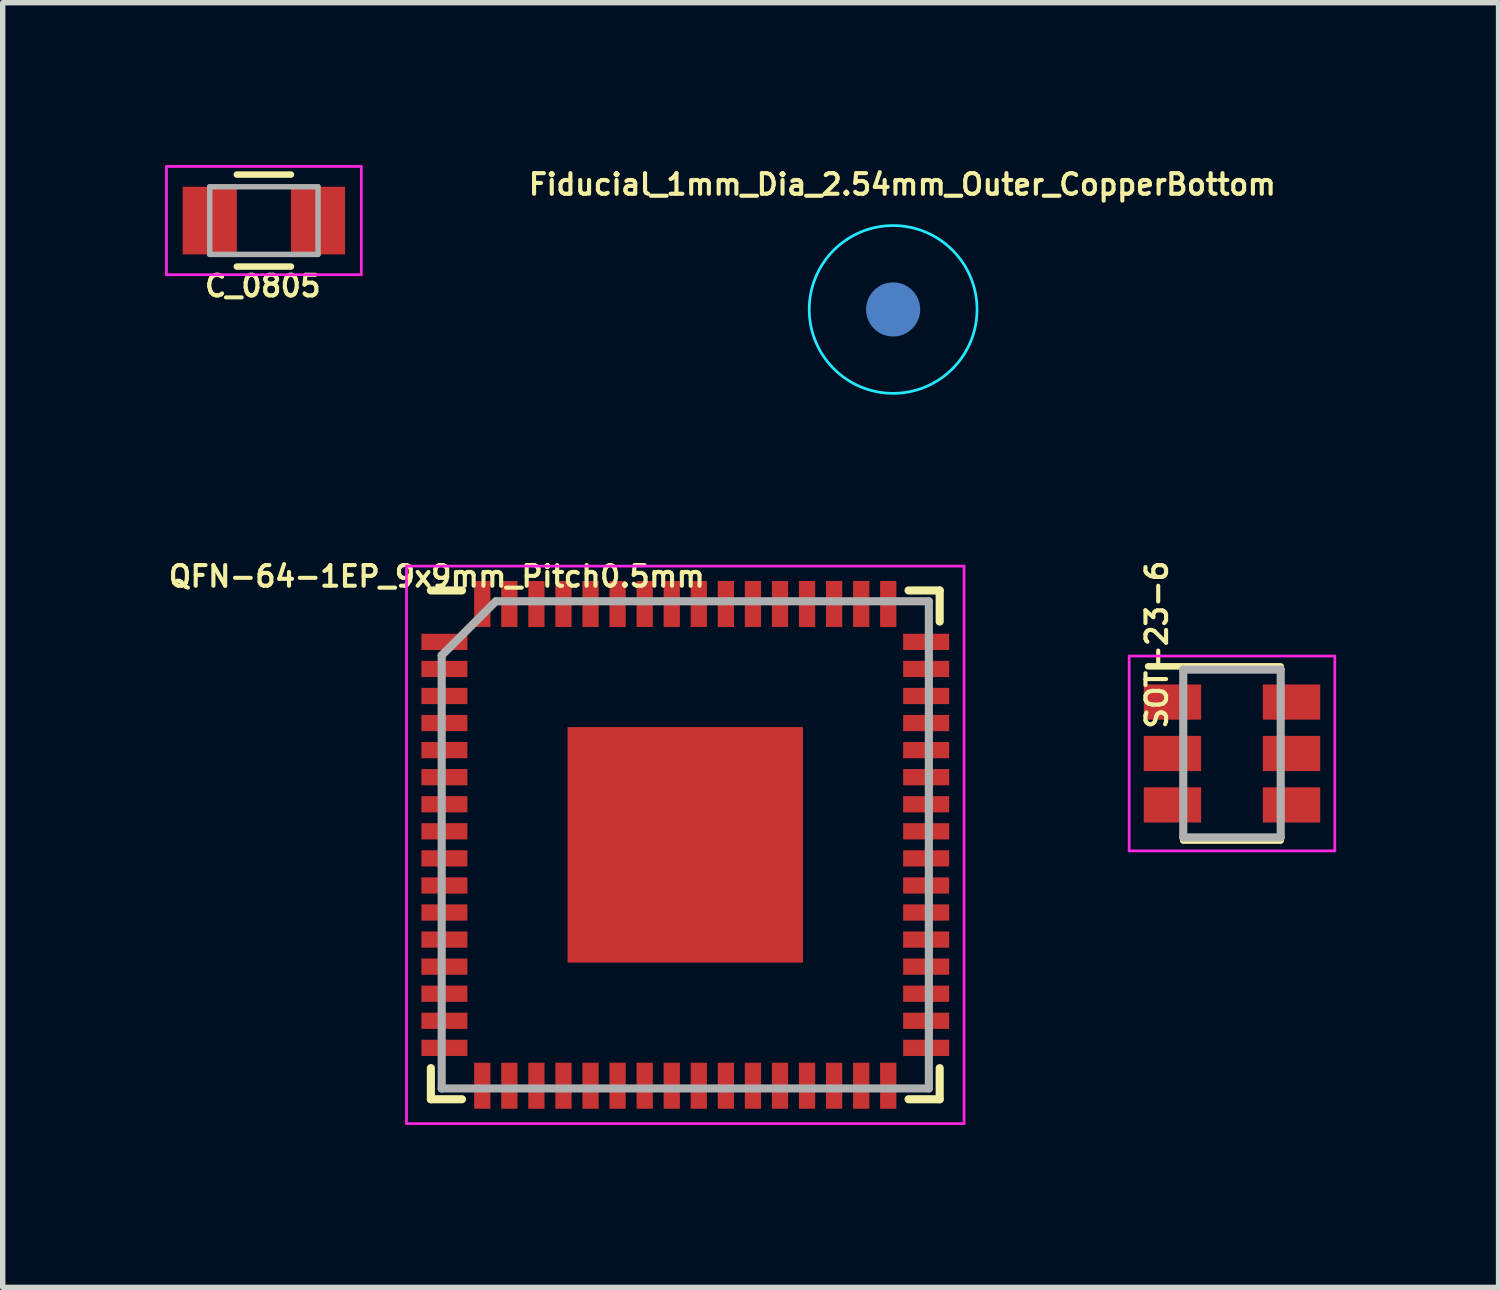
<source format=kicad_pcb>
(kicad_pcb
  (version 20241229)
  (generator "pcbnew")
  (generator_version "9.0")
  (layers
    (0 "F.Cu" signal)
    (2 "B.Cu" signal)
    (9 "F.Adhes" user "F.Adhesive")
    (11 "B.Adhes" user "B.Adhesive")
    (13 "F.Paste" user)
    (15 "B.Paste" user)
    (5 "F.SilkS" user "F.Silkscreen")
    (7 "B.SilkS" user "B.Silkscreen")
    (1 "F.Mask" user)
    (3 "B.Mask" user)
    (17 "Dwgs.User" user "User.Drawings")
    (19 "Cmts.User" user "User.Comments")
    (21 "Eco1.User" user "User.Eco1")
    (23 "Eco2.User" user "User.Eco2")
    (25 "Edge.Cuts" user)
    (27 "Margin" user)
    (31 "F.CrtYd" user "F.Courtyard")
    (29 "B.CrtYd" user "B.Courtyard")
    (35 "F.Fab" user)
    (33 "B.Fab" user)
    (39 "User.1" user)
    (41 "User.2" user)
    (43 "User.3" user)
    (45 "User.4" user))
  (footprint "C_0805"
    (layer "F.Cu")
    (at 1.825 1.025)
    (property "Reference" "C_0805" (at -0.02 1.21 0) (layer "F.SilkS") (effects (font (size 0.381 0.381) (thickness 0.076))))
    (attr smd)
    (fp_line (start -0.5 0.85) (end 0.5 0.85) (stroke (width 0.12) (type solid)) (layer "F.SilkS"))
    (fp_line (start 0.5 -0.85) (end -0.5 -0.85) (stroke (width 0.12) (type solid)) (layer "F.SilkS"))
    (fp_line (start -1.8 -1) (end -1.8 1) (stroke (width 0.05) (type solid)) (layer "F.CrtYd"))
    (fp_line (start -1.8 -1) (end 1.8 -1) (stroke (width 0.05) (type solid)) (layer "F.CrtYd"))
    (fp_line (start -1.8 1) (end 1.8 1) (stroke (width 0.05) (type solid)) (layer "F.CrtYd"))
    (fp_line (start 1.8 -1) (end 1.8 1) (stroke (width 0.05) (type solid)) (layer "F.CrtYd"))
    (fp_line (start -1 -0.625) (end 1 -0.625) (stroke (width 0.1) (type solid)) (layer "F.Fab"))
    (fp_line (start -1 0.625) (end -1 -0.625) (stroke (width 0.1) (type solid)) (layer "F.Fab"))
    (fp_line (start 1 -0.625) (end 1 0.625) (stroke (width 0.1) (type solid)) (layer "F.Fab"))
    (fp_line (start 1 0.625) (end -1 0.625) (stroke (width 0.1) (type solid)) (layer "F.Fab"))
    (pad "1" smd rect (at -1 0) (size 1 1.25) (layers "F.Cu" "F.Mask" "F.Paste"))
    (pad "2" smd rect (at 1 0) (size 1 1.25) (layers "F.Cu" "F.Mask" "F.Paste")))
  (footprint "SOT-23-6"
    (layer "F.Cu")
    (at 19.71 10.87)
    (property "Reference" "SOT-23-6" (at -1.39 -2.01 90) (layer "F.SilkS") (effects (font (size 0.381 0.381) (thickness 0.076))))
    (attr smd)
    (fp_line (start -0.9 1.61) (end 0.9 1.61) (stroke (width 0.12) (type solid)) (layer "F.SilkS"))
    (fp_line (start 0.9 -1.61) (end -1.55 -1.61) (stroke (width 0.12) (type solid)) (layer "F.SilkS"))
    (fp_line (start -1.9 -1.8) (end -1.9 1.8) (stroke (width 0.05) (type solid)) (layer "F.CrtYd"))
    (fp_line (start -1.9 1.8) (end 1.9 1.8) (stroke (width 0.05) (type solid)) (layer "F.CrtYd"))
    (fp_line (start 1.9 -1.8) (end -1.9 -1.8) (stroke (width 0.05) (type solid)) (layer "F.CrtYd"))
    (fp_line (start 1.9 1.8) (end 1.9 -1.8) (stroke (width 0.05) (type solid)) (layer "F.CrtYd"))
    (fp_line (start -0.9 -1.55) (end -0.9 1.55) (stroke (width 0.15) (type solid)) (layer "F.Fab"))
    (fp_line (start 0.9 -1.55) (end -0.9 -1.55) (stroke (width 0.15) (type solid)) (layer "F.Fab"))
    (fp_line (start 0.9 -1.55) (end 0.9 1.55) (stroke (width 0.15) (type solid)) (layer "F.Fab"))
    (fp_line (start 0.9 1.55) (end -0.9 1.55) (stroke (width 0.15) (type solid)) (layer "F.Fab"))
    (pad "1" smd rect (at -1.1 -0.95) (size 1.06 0.65) (layers "F.Cu" "F.Mask" "F.Paste"))
    (pad "2" smd rect (at -1.1 0) (size 1.06 0.65) (layers "F.Cu" "F.Mask" "F.Paste"))
    (pad "3" smd rect (at -1.1 0.95) (size 1.06 0.65) (layers "F.Cu" "F.Mask" "F.Paste"))
    (pad "4" smd rect (at 1.1 0.95) (size 1.06 0.65) (layers "F.Cu" "F.Mask" "F.Paste"))
    (pad "5" smd rect (at 1.1 0) (size 1.06 0.65) (layers "F.Cu" "F.Mask" "F.Paste"))
    (pad "6" smd rect (at 1.1 -0.95) (size 1.06 0.65) (layers "F.Cu" "F.Mask" "F.Paste")))
  (footprint "QFN-64-1EP_9x9mm_Pitch0.5mm"
    (layer "F.Cu")
    (at 9.61 12.558)
    (property "Reference" "QFN-64-1EP_9x9mm_Pitch0.5mm" (at -4.59 -4.96 0) (layer "F.SilkS") (effects (font (size 0.381 0.381) (thickness 0.076))))
    (attr smd)
    (fp_line (start -4.7 -4.7) (end -4.125 -4.7) (stroke (width 0.15) (type solid)) (layer "F.SilkS"))
    (fp_line (start -4.7 4.7) (end -4.7 4.125) (stroke (width 0.15) (type solid)) (layer "F.SilkS"))
    (fp_line (start -4.7 4.7) (end -4.125 4.7) (stroke (width 0.15) (type solid)) (layer "F.SilkS"))
    (fp_line (start 4.7 -4.7) (end 4.125 -4.7) (stroke (width 0.15) (type solid)) (layer "F.SilkS"))
    (fp_line (start 4.7 -4.7) (end 4.7 -4.125) (stroke (width 0.15) (type solid)) (layer "F.SilkS"))
    (fp_line (start 4.7 4.7) (end 4.125 4.7) (stroke (width 0.15) (type solid)) (layer "F.SilkS"))
    (fp_line (start 4.7 4.7) (end 4.7 4.125) (stroke (width 0.15) (type solid)) (layer "F.SilkS"))
    (fp_line (start -5.15 -5.15) (end -5.15 5.15) (stroke (width 0.05) (type solid)) (layer "F.CrtYd"))
    (fp_line (start -5.15 -5.15) (end 5.15 -5.15) (stroke (width 0.05) (type solid)) (layer "F.CrtYd"))
    (fp_line (start -5.15 5.15) (end 5.15 5.15) (stroke (width 0.05) (type solid)) (layer "F.CrtYd"))
    (fp_line (start 5.15 -5.15) (end 5.15 5.15) (stroke (width 0.05) (type solid)) (layer "F.CrtYd"))
    (fp_line (start -4.5 -3.5) (end -3.5 -4.5) (stroke (width 0.15) (type solid)) (layer "F.Fab"))
    (fp_line (start -4.5 4.5) (end -4.5 -3.5) (stroke (width 0.15) (type solid)) (layer "F.Fab"))
    (fp_line (start -3.5 -4.5) (end 4.5 -4.5) (stroke (width 0.15) (type solid)) (layer "F.Fab"))
    (fp_line (start 4.5 -4.5) (end 4.5 4.5) (stroke (width 0.15) (type solid)) (layer "F.Fab"))
    (fp_line (start 4.5 4.5) (end -4.5 4.5) (stroke (width 0.15) (type solid)) (layer "F.Fab"))
    (pad "1" smd rect (at -4.45 -3.75) (size 0.85 0.3) (layers "F.Cu" "F.Mask" "F.Paste"))
    (pad "2" smd rect (at -4.45 -3.25) (size 0.85 0.3) (layers "F.Cu" "F.Mask" "F.Paste"))
    (pad "3" smd rect (at -4.45 -2.75) (size 0.85 0.3) (layers "F.Cu" "F.Mask" "F.Paste"))
    (pad "4" smd rect (at -4.45 -2.25) (size 0.85 0.3) (layers "F.Cu" "F.Mask" "F.Paste"))
    (pad "5" smd rect (at -4.45 -1.75) (size 0.85 0.3) (layers "F.Cu" "F.Mask" "F.Paste"))
    (pad "6" smd rect (at -4.45 -1.25) (size 0.85 0.3) (layers "F.Cu" "F.Mask" "F.Paste"))
    (pad "7" smd rect (at -4.45 -0.75) (size 0.85 0.3) (layers "F.Cu" "F.Mask" "F.Paste"))
    (pad "8" smd rect (at -4.45 -0.25) (size 0.85 0.3) (layers "F.Cu" "F.Mask" "F.Paste"))
    (pad "9" smd rect (at -4.45 0.25) (size 0.85 0.3) (layers "F.Cu" "F.Mask" "F.Paste"))
    (pad "10" smd rect (at -4.45 0.75) (size 0.85 0.3) (layers "F.Cu" "F.Mask" "F.Paste"))
    (pad "11" smd rect (at -4.45 1.25) (size 0.85 0.3) (layers "F.Cu" "F.Mask" "F.Paste"))
    (pad "12" smd rect (at -4.45 1.75) (size 0.85 0.3) (layers "F.Cu" "F.Mask" "F.Paste"))
    (pad "13" smd rect (at -4.45 2.25) (size 0.85 0.3) (layers "F.Cu" "F.Mask" "F.Paste"))
    (pad "14" smd rect (at -4.45 2.75) (size 0.85 0.3) (layers "F.Cu" "F.Mask" "F.Paste"))
    (pad "15" smd rect (at -4.45 3.25) (size 0.85 0.3) (layers "F.Cu" "F.Mask" "F.Paste"))
    (pad "16" smd rect (at -4.45 3.75) (size 0.85 0.3) (layers "F.Cu" "F.Mask" "F.Paste"))
    (pad "17" smd rect (at -3.75 4.45 90) (size 0.85 0.3) (layers "F.Cu" "F.Mask" "F.Paste"))
    (pad "18" smd rect (at -3.25 4.45 90) (size 0.85 0.3) (layers "F.Cu" "F.Mask" "F.Paste"))
    (pad "19" smd rect (at -2.75 4.45 90) (size 0.85 0.3) (layers "F.Cu" "F.Mask" "F.Paste"))
    (pad "20" smd rect (at -2.25 4.45 90) (size 0.85 0.3) (layers "F.Cu" "F.Mask" "F.Paste"))
    (pad "21" smd rect (at -1.75 4.45 90) (size 0.85 0.3) (layers "F.Cu" "F.Mask" "F.Paste"))
    (pad "22" smd rect (at -1.25 4.45 90) (size 0.85 0.3) (layers "F.Cu" "F.Mask" "F.Paste"))
    (pad "23" smd rect (at -0.75 4.45 90) (size 0.85 0.3) (layers "F.Cu" "F.Mask" "F.Paste"))
    (pad "24" smd rect (at -0.25 4.45 90) (size 0.85 0.3) (layers "F.Cu" "F.Mask" "F.Paste"))
    (pad "25" smd rect (at 0.25 4.45 90) (size 0.85 0.3) (layers "F.Cu" "F.Mask" "F.Paste"))
    (pad "26" smd rect (at 0.75 4.45 90) (size 0.85 0.3) (layers "F.Cu" "F.Mask" "F.Paste"))
    (pad "27" smd rect (at 1.25 4.45 90) (size 0.85 0.3) (layers "F.Cu" "F.Mask" "F.Paste"))
    (pad "28" smd rect (at 1.75 4.45 90) (size 0.85 0.3) (layers "F.Cu" "F.Mask" "F.Paste"))
    (pad "29" smd rect (at 2.25 4.45 90) (size 0.85 0.3) (layers "F.Cu" "F.Mask" "F.Paste"))
    (pad "30" smd rect (at 2.75 4.45 90) (size 0.85 0.3) (layers "F.Cu" "F.Mask" "F.Paste"))
    (pad "31" smd rect (at 3.25 4.45 90) (size 0.85 0.3) (layers "F.Cu" "F.Mask" "F.Paste"))
    (pad "32" smd rect (at 3.75 4.45 90) (size 0.85 0.3) (layers "F.Cu" "F.Mask" "F.Paste"))
    (pad "33" smd rect (at 4.45 3.75) (size 0.85 0.3) (layers "F.Cu" "F.Mask" "F.Paste"))
    (pad "34" smd rect (at 4.45 3.25) (size 0.85 0.3) (layers "F.Cu" "F.Mask" "F.Paste"))
    (pad "35" smd rect (at 4.45 2.75) (size 0.85 0.3) (layers "F.Cu" "F.Mask" "F.Paste"))
    (pad "36" smd rect (at 4.45 2.25) (size 0.85 0.3) (layers "F.Cu" "F.Mask" "F.Paste"))
    (pad "37" smd rect (at 4.45 1.75) (size 0.85 0.3) (layers "F.Cu" "F.Mask" "F.Paste"))
    (pad "38" smd rect (at 4.45 1.25) (size 0.85 0.3) (layers "F.Cu" "F.Mask" "F.Paste"))
    (pad "39" smd rect (at 4.45 0.75) (size 0.85 0.3) (layers "F.Cu" "F.Mask" "F.Paste"))
    (pad "40" smd rect (at 4.45 0.25) (size 0.85 0.3) (layers "F.Cu" "F.Mask" "F.Paste"))
    (pad "41" smd rect (at 4.45 -0.25) (size 0.85 0.3) (layers "F.Cu" "F.Mask" "F.Paste"))
    (pad "42" smd rect (at 4.45 -0.75) (size 0.85 0.3) (layers "F.Cu" "F.Mask" "F.Paste"))
    (pad "43" smd rect (at 4.45 -1.25) (size 0.85 0.3) (layers "F.Cu" "F.Mask" "F.Paste"))
    (pad "44" smd rect (at 4.45 -1.75) (size 0.85 0.3) (layers "F.Cu" "F.Mask" "F.Paste"))
    (pad "45" smd rect (at 4.45 -2.25) (size 0.85 0.3) (layers "F.Cu" "F.Mask" "F.Paste"))
    (pad "46" smd rect (at 4.45 -2.75) (size 0.85 0.3) (layers "F.Cu" "F.Mask" "F.Paste"))
    (pad "47" smd rect (at 4.45 -3.25) (size 0.85 0.3) (layers "F.Cu" "F.Mask" "F.Paste"))
    (pad "48" smd rect (at 4.45 -3.75) (size 0.85 0.3) (layers "F.Cu" "F.Mask" "F.Paste"))
    (pad "49" smd rect (at 3.75 -4.45 90) (size 0.85 0.3) (layers "F.Cu" "F.Mask" "F.Paste"))
    (pad "50" smd rect (at 3.25 -4.45 90) (size 0.85 0.3) (layers "F.Cu" "F.Mask" "F.Paste"))
    (pad "51" smd rect (at 2.75 -4.45 90) (size 0.85 0.3) (layers "F.Cu" "F.Mask" "F.Paste"))
    (pad "52" smd rect (at 2.25 -4.45 90) (size 0.85 0.3) (layers "F.Cu" "F.Mask" "F.Paste"))
    (pad "53" smd rect (at 1.75 -4.45 90) (size 0.85 0.3) (layers "F.Cu" "F.Mask" "F.Paste"))
    (pad "54" smd rect (at 1.25 -4.45 90) (size 0.85 0.3) (layers "F.Cu" "F.Mask" "F.Paste"))
    (pad "55" smd rect (at 0.75 -4.45 90) (size 0.85 0.3) (layers "F.Cu" "F.Mask" "F.Paste"))
    (pad "56" smd rect (at 0.25 -4.45 90) (size 0.85 0.3) (layers "F.Cu" "F.Mask" "F.Paste"))
    (pad "57" smd rect (at -0.25 -4.45 90) (size 0.85 0.3) (layers "F.Cu" "F.Mask" "F.Paste"))
    (pad "58" smd rect (at -0.75 -4.45 90) (size 0.85 0.3) (layers "F.Cu" "F.Mask" "F.Paste"))
    (pad "59" smd rect (at -1.25 -4.45 90) (size 0.85 0.3) (layers "F.Cu" "F.Mask" "F.Paste"))
    (pad "60" smd rect (at -1.75 -4.45 90) (size 0.85 0.3) (layers "F.Cu" "F.Mask" "F.Paste"))
    (pad "61" smd rect (at -2.25 -4.45 90) (size 0.85 0.3) (layers "F.Cu" "F.Mask" "F.Paste"))
    (pad "62" smd rect (at -2.75 -4.45 90) (size 0.85 0.3) (layers "F.Cu" "F.Mask" "F.Paste"))
    (pad "63" smd rect (at -3.25 -4.45 90) (size 0.85 0.3) (layers "F.Cu" "F.Mask" "F.Paste"))
    (pad "64" smd rect (at -3.75 -4.45 90) (size 0.85 0.3) (layers "F.Cu" "F.Mask" "F.Paste"))
    (pad "65" smd rect (at 0 0) (size 4.35 4.35) (layers "F.Cu" "F.Mask" "F.Paste")))
  (footprint "Fiducial_1mm_Dia_2.54mm_Outer_CopperBottom"
    (layer "F.Cu")
    (at 13.45 2.667)
    (property "Reference" "Fiducial_1mm_Dia_2.54mm_Outer_CopperBottom" (at 0.17 -2.31 0) (layer "F.SilkS") (effects (font (size 0.381 0.381) (thickness 0.076))))
    (attr exclude_from_pos_files exclude_from_bom)
    (fp_circle (center 0 0) (end 1.55 0) (stroke (width 0.05) (type solid)) (fill no) (layer "B.CrtYd"))
    (pad "~" smd circle (at 0 0) (size 1 1) (layers "B.Cu" "B.Mask")))
  (gr_rect
    (start -3 -3)
    (end 24.635 20.733)
    (stroke (width 0.1) (type default))
    (fill no)
    (layer "Edge.Cuts")))
</source>
